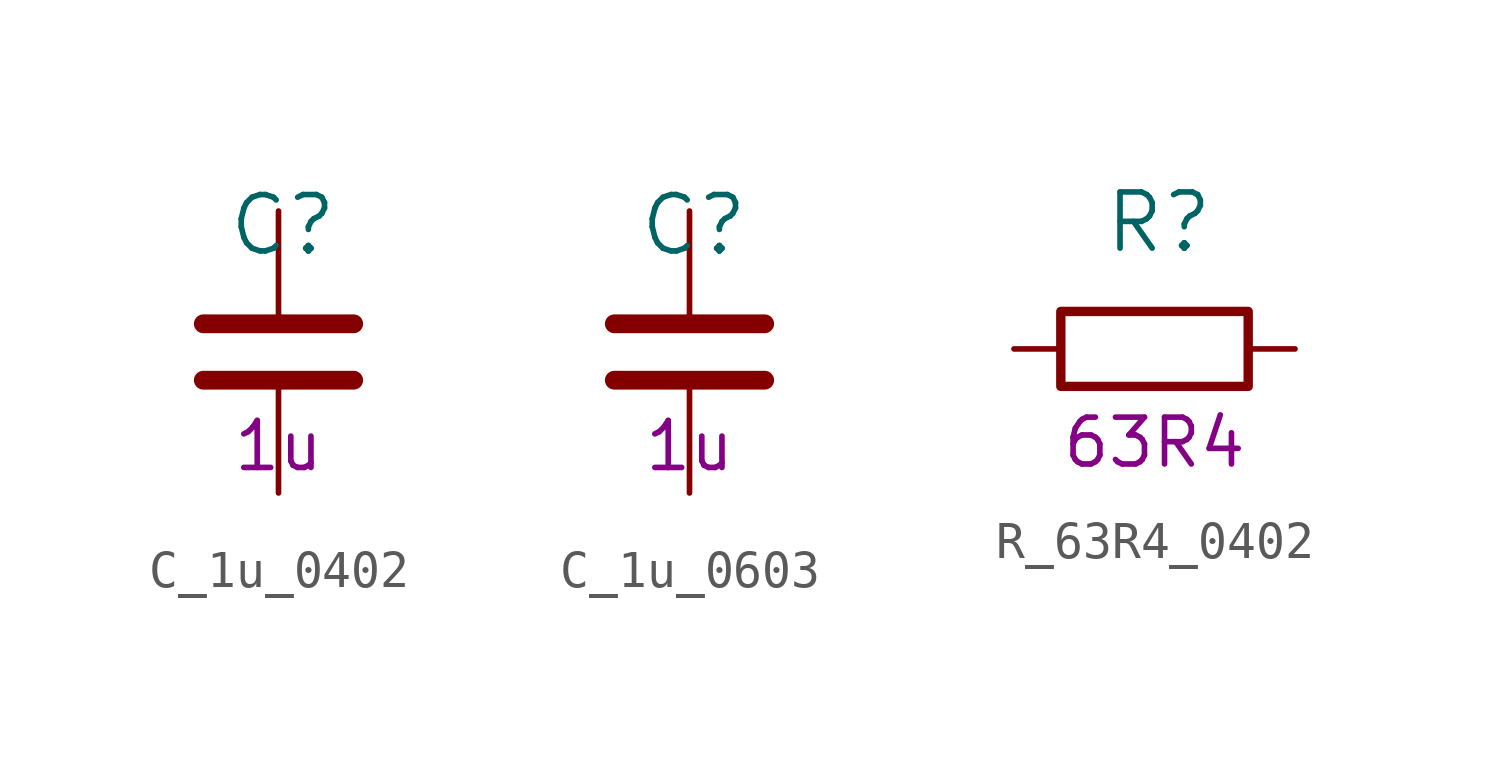
<source format=kicad_sym>
(kicad_symbol_lib
  (version 20211014)
  (generator kicad_symbol_editor)
  (symbol "C_1u_0402"
    (pin_names
      (offset 0))
    (property "Reference" "C"
      (at -1.397 3.429 0)
      (effects (font (size 1.524 1.524)) (justify left)))
    (property "Val" "1u"
      (at 0 -2.54 0)
      (effects (font (size 1.27 1.27))))
    (symbol "C_1u_0402_1_1"
      (polyline (pts (xy -2.032 -0.762) (xy 2.032 -0.762)) (stroke (width 0.508) (type default) (color 0 0 0 0)) (fill (type none)))
      (polyline (pts (xy -2.032 0.762) (xy 2.032 0.762)) (stroke (width 0.508) (type default) (color 0 0 0 0)) (fill (type none)))
      (pin passive line (at 0 3.81 270) (length 2.794) (name "~" (effects (font (size 0 0)))) (number "1" (effects (font (size 0 0)))))
      (pin passive line (at 0 -3.81 90) (length 2.794) (name "~" (effects (font (size 0 0)))) (number "2" (effects (font (size 0 0)))))))
  (symbol "C_1u_0603"
    (pin_names
      (offset 0))
    (property "Reference" "C"
      (at -1.397 3.429 0)
      (effects (font (size 1.524 1.524)) (justify left)))
    (property "Val" "1u"
      (at 0 -2.54 0)
      (effects (font (size 1.27 1.27))))
    (symbol "C_1u_0603_1_1"
      (polyline (pts (xy -2.032 -0.762) (xy 2.032 -0.762)) (stroke (width 0.508) (type default) (color 0 0 0 0)) (fill (type none)))
      (polyline (pts (xy -2.032 0.762) (xy 2.032 0.762)) (stroke (width 0.508) (type default) (color 0 0 0 0)) (fill (type none)))
      (pin passive line (at 0 3.81 270) (length 2.794) (name "~" (effects (font (size 0 0)))) (number "1" (effects (font (size 0 0)))))
      (pin passive line (at 0 -3.81 90) (length 2.794) (name "~" (effects (font (size 0 0)))) (number "2" (effects (font (size 0 0)))))))
  (symbol "R_63R4_0402"
    (pin_names
      (offset 0))
    (property "Reference" "R"
      (at -1.397 3.429 0)
      (effects (font (size 1.524 1.524)) (justify left)))
    (property "Val" "63R4"
      (at 0 -2.54 0)
      (effects (font (size 1.27 1.27))))
    (symbol "R_63R4_0402_1_1"
      (rectangle (start 2.54 -1.016) (end -2.54 1.016) (stroke (width 0.254) (type default) (color 0 0 0 0)) (fill (type none)))
      (pin passive line (at -3.81 0 0) (length 1.27) (name "~" (effects (font (size 0 0)))) (number "1" (effects (font (size 0 0)))))
      (pin passive line (at 3.81 0 180) (length 1.27) (name "~" (effects (font (size 0 0)))) (number "2" (effects (font (size 0 0))))))))
</source>
